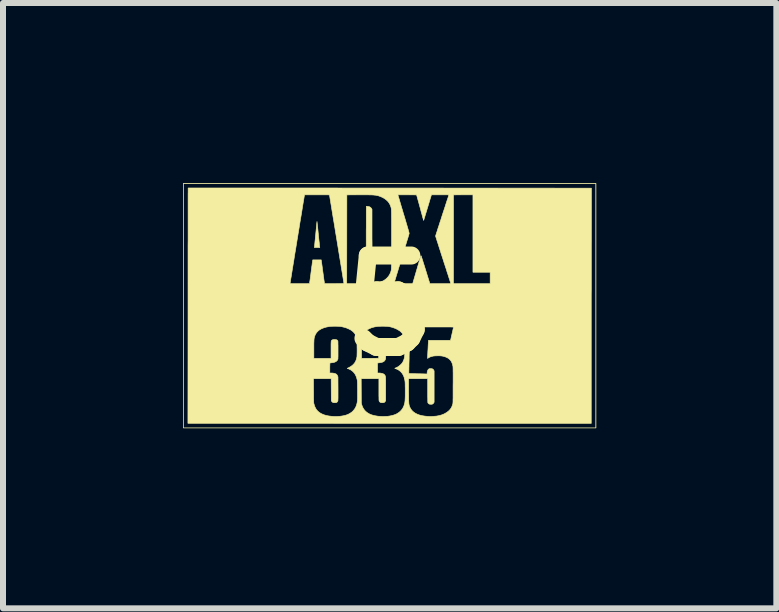
<source format=kicad_pcb>
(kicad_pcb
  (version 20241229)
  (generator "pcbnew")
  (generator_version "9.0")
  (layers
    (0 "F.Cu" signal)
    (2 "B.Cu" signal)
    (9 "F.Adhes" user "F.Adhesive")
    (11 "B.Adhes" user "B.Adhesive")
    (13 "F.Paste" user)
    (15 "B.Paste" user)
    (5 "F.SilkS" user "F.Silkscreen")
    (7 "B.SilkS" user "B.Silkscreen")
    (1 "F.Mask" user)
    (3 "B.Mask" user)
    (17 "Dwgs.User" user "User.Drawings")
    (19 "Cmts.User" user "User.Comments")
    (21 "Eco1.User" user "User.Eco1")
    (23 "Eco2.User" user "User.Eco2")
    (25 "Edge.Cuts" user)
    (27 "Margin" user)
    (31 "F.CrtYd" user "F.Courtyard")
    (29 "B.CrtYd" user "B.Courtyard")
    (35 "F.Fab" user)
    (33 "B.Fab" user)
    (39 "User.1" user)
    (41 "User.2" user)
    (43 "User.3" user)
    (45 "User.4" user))
  (footprint "5"
    (layer "F.Cu")
    (at 3.441 2.042)
    (property "Reference" "5" (at 0 0 0) (layer "F.SilkS") (effects (font (size 1.524 1.524) (thickness 0.3))))
    (attr through_hole)
    (fp_poly (pts (xy 3.439 2.039) (xy -3.436 2.039) (xy -3.436 -2.034) (xy -3.434 -2.034) (xy -3.434 2.037) (xy 3.436 2.037) (xy 3.436 -2.034) (xy -3.434 -2.034) (xy -3.436 -2.034) (xy -3.436 -2.037) (xy 3.439 -2.037) (xy 3.439 2.039)) (stroke (width 0.01) (type solid)) (fill yes) (layer "F.SilkS"))
    (fp_poly (pts (xy -1.209 -1.398) (xy -1.208 -1.391) (xy -1.207 -1.379) (xy -1.205 -1.364) (xy -1.203 -1.345) (xy -1.201 -1.323) (xy -1.198 -1.298) (xy -1.195 -1.27) (xy -1.192 -1.241) (xy -1.189 -1.209) (xy -1.187 -1.193) (xy -1.184 -1.161) (xy -1.181 -1.13) (xy -1.178 -1.101) (xy -1.175 -1.074) (xy -1.172 -1.05) (xy -1.17 -1.028) (xy -1.168 -1.01) (xy -1.167 -0.995) (xy -1.165 -0.984) (xy -1.165 -0.978) (xy -1.165 -0.977) (xy -1.163 -0.968) (xy -1.253 -0.968) (xy -1.251 -0.98) (xy -1.251 -0.984) (xy -1.25 -0.993) (xy -1.249 -1.006) (xy -1.247 -1.023) (xy -1.245 -1.044) (xy -1.243 -1.068) (xy -1.24 -1.094) (xy -1.237 -1.122) (xy -1.235 -1.152) (xy -1.231 -1.184) (xy -1.23 -1.197) (xy -1.227 -1.228) (xy -1.224 -1.259) (xy -1.221 -1.287) (xy -1.219 -1.313) (xy -1.216 -1.336) (xy -1.214 -1.357) (xy -1.213 -1.373) (xy -1.211 -1.387) (xy -1.21 -1.396) (xy -1.21 -1.4) (xy -1.209 -1.401) (xy -1.209 -1.398)) (stroke (width 0.01) (type solid)) (fill yes) (layer "F.SilkS"))
    (fp_poly (pts (xy -0.375 -1.654) (xy -0.365 -1.653) (xy -0.354 -1.651) (xy -0.344 -1.649) (xy -0.336 -1.647) (xy -0.333 -1.646) (xy -0.317 -1.636) (xy -0.304 -1.623) (xy -0.299 -1.614) (xy -0.293 -1.604) (xy -0.293 -1.114) (xy -0.292 -1.049) (xy -0.292 -0.99) (xy -0.292 -0.935) (xy -0.292 -0.885) (xy -0.292 -0.84) (xy -0.292 -0.799) (xy -0.293 -0.762) (xy -0.293 -0.73) (xy -0.293 -0.702) (xy -0.293 -0.678) (xy -0.293 -0.658) (xy -0.293 -0.641) (xy -0.294 -0.628) (xy -0.294 -0.619) (xy -0.294 -0.613) (xy -0.295 -0.61) (xy -0.3 -0.595) (xy -0.311 -0.581) (xy -0.324 -0.57) (xy -0.341 -0.562) (xy -0.36 -0.557) (xy -0.377 -0.556) (xy -0.389 -0.556) (xy -0.389 -1.105) (xy -0.389 -1.157) (xy -0.389 -1.208) (xy -0.389 -1.258) (xy -0.388 -1.305) (xy -0.388 -1.351) (xy -0.388 -1.394) (xy -0.388 -1.435) (xy -0.388 -1.473) (xy -0.388 -1.508) (xy -0.388 -1.54) (xy -0.388 -1.569) (xy -0.388 -1.593) (xy -0.387 -1.614) (xy -0.387 -1.631) (xy -0.387 -1.644) (xy -0.387 -1.651) (xy -0.387 -1.654) (xy -0.387 -1.654) (xy -0.382 -1.655) (xy -0.375 -1.654)) (stroke (width 0.01) (type solid)) (fill yes) (layer "F.SilkS"))
    (fp_poly (pts (xy -3.069 -1.96) (xy -3.017 -1.96) (xy -2.961 -1.96) (xy -2.901 -1.96) (xy -2.837 -1.96) (xy -2.77 -1.96) (xy -2.698 -1.96) (xy -2.624 -1.96) (xy -2.546 -1.96) (xy -2.465 -1.96) (xy -2.38 -1.96) (xy -2.293 -1.96) (xy -2.202 -1.96) (xy -2.108 -1.96) (xy -2.012 -1.96) (xy -1.913 -1.96) (xy -1.811 -1.96) (xy -1.707 -1.96) (xy -1.6 -1.96) (xy -1.491 -1.96) (xy -1.379 -1.96) (xy -1.266 -1.96) (xy -1.15 -1.96) (xy -1.032 -1.96) (xy -0.913 -1.96) (xy -0.791 -1.959) (xy -0.668 -1.959) (xy -0.543 -1.959) (xy -0.417 -1.959) (xy -0.289 -1.959) (xy -0.16 -1.959) (xy -0.03 -1.959) (xy 0.004 -1.959) (xy 3.363 -1.957) (xy 3.362 -1.192) (xy 3.362 -1.135) (xy 3.362 -1.074) (xy 3.361 -1.008) (xy 3.361 -0.938) (xy 3.361 -0.864) (xy 3.361 -0.787) (xy 3.361 -0.707) (xy 3.361 -0.624) (xy 3.361 -0.538) (xy 3.361 -0.45) (xy 3.361 -0.361) (xy 3.361 -0.269) (xy 3.36 -0.177) (xy 3.36 -0.084) (xy 3.36 0.01) (xy 3.36 0.104) (xy 3.36 0.198) (xy 3.36 0.291) (xy 3.36 0.384) (xy 3.36 0.475) (xy 3.36 0.565) (xy 3.36 0.654) (xy 3.36 0.74) (xy 3.36 1.963) (xy 1.881 1.963) (xy 1.794 1.963) (xy 1.702 1.963) (xy 1.605 1.962) (xy 1.504 1.962) (xy 1.399 1.962) (xy 1.291 1.962) (xy 1.179 1.962) (xy 1.065 1.962) (xy 0.947 1.962) (xy 0.828 1.962) (xy 0.706 1.962) (xy 0.582 1.962) (xy 0.457 1.962) (xy 0.331 1.962) (xy 0.203 1.962) (xy 0.075 1.962) (xy -0.053 1.962) (xy -0.181 1.962) (xy -0.309 1.962) (xy -0.436 1.962) (xy -0.563 1.962) (xy -0.688 1.962) (xy -0.812 1.962) (xy -0.934 1.962) (xy -1.054 1.961) (xy -1.172 1.961) (xy -1.287 1.961) (xy -1.399 1.961) (xy -1.479 1.961) (xy -3.36 1.961) (xy -3.359 1.217) (xy -1.268 1.217) (xy -1.267 1.415) (xy -1.266 1.452) (xy -1.266 1.484) (xy -1.266 1.511) (xy -1.266 1.535) (xy -1.266 1.555) (xy -1.265 1.572) (xy -1.265 1.586) (xy -1.265 1.597) (xy -1.264 1.606) (xy -1.264 1.614) (xy -1.263 1.62) (xy -1.263 1.625) (xy -1.262 1.63) (xy -1.261 1.634) (xy -1.26 1.637) (xy -1.25 1.672) (xy -1.236 1.703) (xy -1.219 1.732) (xy -1.197 1.757) (xy -1.172 1.779) (xy -1.143 1.797) (xy -1.109 1.813) (xy -1.084 1.822) (xy -1.049 1.832) (xy -1.01 1.839) (xy -0.969 1.844) (xy -0.926 1.847) (xy -0.882 1.847) (xy -0.838 1.845) (xy -0.811 1.842) (xy -0.767 1.835) (xy -0.727 1.825) (xy -0.69 1.811) (xy -0.657 1.793) (xy -0.628 1.773) (xy -0.603 1.749) (xy -0.582 1.722) (xy -0.564 1.692) (xy -0.551 1.658) (xy -0.541 1.621) (xy -0.536 1.588) (xy -0.535 1.58) (xy -0.535 1.567) (xy -0.534 1.55) (xy -0.534 1.529) (xy -0.534 1.504) (xy -0.534 1.473) (xy -0.534 1.438) (xy -0.534 1.411) (xy -0.534 1.379) (xy -0.535 1.352) (xy -0.535 1.329) (xy -0.535 1.309) (xy -0.535 1.293) (xy -0.536 1.28) (xy -0.536 1.269) (xy -0.537 1.26) (xy -0.537 1.253) (xy -0.538 1.247) (xy -0.539 1.242) (xy -0.54 1.236) (xy -0.54 1.234) (xy -0.545 1.217) (xy -0.473 1.217) (xy -0.472 1.42) (xy -0.471 1.624) (xy -0.464 1.65) (xy -0.453 1.683) (xy -0.437 1.714) (xy -0.418 1.741) (xy -0.395 1.765) (xy -0.368 1.786) (xy -0.337 1.804) (xy -0.302 1.819) (xy -0.264 1.83) (xy -0.23 1.837) (xy -0.191 1.843) (xy -0.15 1.846) (xy -0.108 1.847) (xy -0.066 1.846) (xy -0.03 1.844) (xy 0.004 1.839) (xy 0.038 1.832) (xy 0.07 1.823) (xy 0.099 1.813) (xy 0.115 1.805) (xy 0.145 1.787) (xy 0.173 1.766) (xy 0.197 1.741) (xy 0.217 1.714) (xy 0.233 1.684) (xy 0.239 1.669) (xy 0.243 1.655) (xy 0.247 1.642) (xy 0.251 1.628) (xy 0.254 1.613) (xy 0.256 1.597) (xy 0.258 1.579) (xy 0.259 1.559) (xy 0.26 1.536) (xy 0.261 1.51) (xy 0.261 1.48) (xy 0.261 1.447) (xy 0.261 1.408) (xy 0.261 1.397) (xy 0.261 1.368) (xy 0.26 1.344) (xy 0.26 1.323) (xy 0.26 1.306) (xy 0.259 1.293) (xy 0.259 1.281) (xy 0.258 1.271) (xy 0.257 1.263) (xy 0.256 1.256) (xy 0.255 1.248) (xy 0.254 1.244) (xy 0.248 1.217) (xy 0.317 1.217) (xy 0.317 1.411) (xy 0.317 1.452) (xy 0.318 1.487) (xy 0.318 1.519) (xy 0.318 1.546) (xy 0.318 1.57) (xy 0.319 1.59) (xy 0.32 1.608) (xy 0.321 1.623) (xy 0.322 1.636) (xy 0.324 1.648) (xy 0.326 1.657) (xy 0.328 1.666) (xy 0.331 1.675) (xy 0.334 1.683) (xy 0.337 1.691) (xy 0.342 1.7) (xy 0.343 1.703) (xy 0.359 1.73) (xy 0.38 1.755) (xy 0.404 1.776) (xy 0.433 1.795) (xy 0.466 1.811) (xy 0.502 1.824) (xy 0.543 1.834) (xy 0.588 1.841) (xy 0.636 1.846) (xy 0.646 1.846) (xy 0.661 1.847) (xy 0.674 1.847) (xy 0.685 1.847) (xy 0.692 1.847) (xy 0.695 1.847) (xy 0.7 1.847) (xy 0.709 1.846) (xy 0.721 1.846) (xy 0.733 1.845) (xy 0.781 1.841) (xy 0.826 1.833) (xy 0.868 1.821) (xy 0.908 1.805) (xy 0.945 1.784) (xy 0.955 1.778) (xy 0.982 1.757) (xy 1.005 1.734) (xy 1.024 1.709) (xy 1.039 1.68) (xy 1.05 1.648) (xy 1.052 1.643) (xy 1.053 1.639) (xy 1.054 1.636) (xy 1.054 1.633) (xy 1.055 1.629) (xy 1.055 1.624) (xy 1.056 1.618) (xy 1.056 1.611) (xy 1.057 1.602) (xy 1.057 1.591) (xy 1.057 1.577) (xy 1.057 1.561) (xy 1.058 1.543) (xy 1.058 1.521) (xy 1.058 1.495) (xy 1.058 1.466) (xy 1.058 1.433) (xy 1.058 1.395) (xy 1.058 1.353) (xy 1.058 1.331) (xy 1.059 1.279) (xy 1.059 1.232) (xy 1.059 1.19) (xy 1.059 1.153) (xy 1.059 1.12) (xy 1.058 1.092) (xy 1.058 1.069) (xy 1.058 1.05) (xy 1.057 1.035) (xy 1.057 1.025) (xy 1.057 1.019) (xy 1.057 1.018) (xy 1.05 0.985) (xy 1.04 0.955) (xy 1.027 0.928) (xy 1.009 0.905) (xy 0.988 0.885) (xy 0.963 0.869) (xy 0.934 0.856) (xy 0.902 0.846) (xy 0.881 0.841) (xy 0.859 0.838) (xy 0.835 0.836) (xy 0.807 0.836) (xy 0.8 0.836) (xy 0.764 0.837) (xy 0.732 0.84) (xy 0.704 0.846) (xy 0.68 0.854) (xy 0.658 0.864) (xy 0.644 0.873) (xy 0.638 0.877) (xy 0.634 0.879) (xy 0.632 0.879) (xy 0.633 0.875) (xy 0.633 0.867) (xy 0.633 0.855) (xy 0.634 0.839) (xy 0.635 0.821) (xy 0.636 0.8) (xy 0.637 0.778) (xy 0.638 0.755) (xy 0.64 0.732) (xy 0.641 0.709) (xy 0.642 0.686) (xy 0.643 0.665) (xy 0.644 0.646) (xy 0.645 0.629) (xy 0.646 0.616) (xy 0.646 0.606) (xy 0.647 0.6) (xy 0.647 0.6) (xy 0.648 0.579) (xy 0.832 0.579) (xy 0.862 0.579) (xy 0.891 0.579) (xy 0.917 0.579) (xy 0.941 0.579) (xy 0.963 0.579) (xy 0.981 0.579) (xy 0.996 0.579) (xy 1.007 0.578) (xy 1.014 0.578) (xy 1.016 0.578) (xy 1.016 0.576) (xy 1.018 0.569) (xy 1.02 0.558) (xy 1.024 0.544) (xy 1.027 0.528) (xy 1.031 0.509) (xy 1.036 0.49) (xy 1.04 0.47) (xy 1.045 0.45) (xy 1.049 0.43) (xy 1.054 0.412) (xy 1.057 0.395) (xy 1.061 0.381) (xy 1.063 0.37) (xy 1.065 0.363) (xy 1.066 0.36) (xy 1.066 0.359) (xy 1.065 0.359) (xy 1.064 0.358) (xy 1.061 0.358) (xy 1.058 0.358) (xy 1.053 0.357) (xy 1.046 0.357) (xy 1.037 0.357) (xy 1.026 0.356) (xy 1.012 0.356) (xy 0.995 0.356) (xy 0.976 0.356) (xy 0.953 0.356) (xy 0.927 0.356) (xy 0.898 0.356) (xy 0.864 0.356) (xy 0.826 0.356) (xy 0.784 0.356) (xy 0.737 0.356) (xy 0.703 0.356) (xy 0.338 0.356) (xy 0.337 0.407) (xy 0.336 0.418) (xy 0.336 0.434) (xy 0.335 0.453) (xy 0.335 0.475) (xy 0.334 0.5) (xy 0.334 0.529) (xy 0.333 0.559) (xy 0.332 0.592) (xy 0.331 0.626) (xy 0.33 0.661) (xy 0.33 0.698) (xy 0.329 0.735) (xy 0.328 0.772) (xy 0.327 0.809) (xy 0.326 0.846) (xy 0.326 0.882) (xy 0.325 0.917) (xy 0.324 0.951) (xy 0.323 0.983) (xy 0.323 1.012) (xy 0.322 1.04) (xy 0.322 1.064) (xy 0.321 1.085) (xy 0.321 1.103) (xy 0.321 1.116) (xy 0.321 1.126) (xy 0.321 1.131) (xy 0.321 1.131) (xy 0.323 1.132) (xy 0.33 1.132) (xy 0.342 1.132) (xy 0.357 1.133) (xy 0.375 1.133) (xy 0.396 1.134) (xy 0.42 1.134) (xy 0.445 1.135) (xy 0.461 1.135) (xy 0.488 1.136) (xy 0.513 1.136) (xy 0.537 1.137) (xy 0.558 1.137) (xy 0.577 1.138) (xy 0.592 1.138) (xy 0.603 1.139) (xy 0.611 1.139) (xy 0.613 1.139) (xy 0.625 1.141) (xy 0.625 1.13) (xy 0.626 1.117) (xy 0.628 1.103) (xy 0.632 1.089) (xy 0.636 1.077) (xy 0.637 1.075) (xy 0.643 1.066) (xy 0.65 1.059) (xy 0.652 1.057) (xy 0.657 1.054) (xy 0.661 1.052) (xy 0.667 1.051) (xy 0.676 1.05) (xy 0.684 1.05) (xy 0.701 1.051) (xy 0.714 1.054) (xy 0.723 1.059) (xy 0.731 1.068) (xy 0.735 1.075) (xy 0.742 1.088) (xy 0.742 1.609) (xy 0.736 1.62) (xy 0.728 1.631) (xy 0.718 1.639) (xy 0.705 1.643) (xy 0.69 1.644) (xy 0.679 1.643) (xy 0.669 1.642) (xy 0.663 1.641) (xy 0.652 1.635) (xy 0.643 1.626) (xy 0.637 1.615) (xy 0.637 1.611) (xy 0.637 1.602) (xy 0.636 1.588) (xy 0.636 1.57) (xy 0.636 1.548) (xy 0.635 1.522) (xy 0.635 1.492) (xy 0.635 1.459) (xy 0.635 1.423) (xy 0.635 1.411) (xy 0.635 1.217) (xy 0.317 1.217) (xy 0.248 1.217) (xy 0.246 1.207) (xy 0.235 1.174) (xy 0.22 1.145) (xy 0.203 1.12) (xy 0.181 1.097) (xy 0.157 1.078) (xy 0.131 1.063) (xy 0.12 1.058) (xy 0.109 1.054) (xy 0.1 1.05) (xy 0.092 1.048) (xy 0.088 1.046) (xy 0.087 1.045) (xy 0.089 1.044) (xy 0.095 1.041) (xy 0.104 1.037) (xy 0.109 1.035) (xy 0.139 1.02) (xy 0.167 1) (xy 0.192 0.977) (xy 0.192 0.977) (xy 0.204 0.964) (xy 0.212 0.953) (xy 0.22 0.941) (xy 0.226 0.929) (xy 0.231 0.917) (xy 0.236 0.904) (xy 0.241 0.892) (xy 0.244 0.879) (xy 0.247 0.865) (xy 0.249 0.849) (xy 0.251 0.83) (xy 0.252 0.81) (xy 0.253 0.786) (xy 0.254 0.759) (xy 0.254 0.728) (xy 0.253 0.692) (xy 0.253 0.678) (xy 0.253 0.651) (xy 0.253 0.628) (xy 0.252 0.609) (xy 0.252 0.594) (xy 0.251 0.582) (xy 0.251 0.571) (xy 0.25 0.563) (xy 0.249 0.556) (xy 0.248 0.55) (xy 0.247 0.545) (xy 0.238 0.514) (xy 0.226 0.487) (xy 0.211 0.462) (xy 0.193 0.442) (xy 0.173 0.424) (xy 0.148 0.408) (xy 0.12 0.392) (xy 0.089 0.378) (xy 0.056 0.366) (xy 0.029 0.358) (xy 0.012 0.354) (xy -0.003 0.351) (xy -0.017 0.349) (xy -0.032 0.347) (xy -0.049 0.346) (xy -0.068 0.345) (xy -0.089 0.344) (xy -0.112 0.344) (xy -0.138 0.344) (xy -0.16 0.345) (xy -0.179 0.345) (xy -0.196 0.347) (xy -0.211 0.348) (xy -0.227 0.351) (xy -0.244 0.354) (xy -0.259 0.357) (xy -0.298 0.368) (xy -0.333 0.382) (xy -0.364 0.398) (xy -0.392 0.418) (xy -0.415 0.441) (xy -0.433 0.466) (xy -0.448 0.495) (xy -0.459 0.527) (xy -0.464 0.548) (xy -0.464 0.553) (xy -0.465 0.56) (xy -0.466 0.569) (xy -0.466 0.579) (xy -0.466 0.592) (xy -0.467 0.608) (xy -0.467 0.627) (xy -0.467 0.65) (xy -0.467 0.677) (xy -0.467 0.708) (xy -0.467 0.724) (xy -0.467 0.879) (xy -0.324 0.878) (xy -0.182 0.877) (xy -0.18 0.734) (xy -0.18 0.703) (xy -0.18 0.677) (xy -0.18 0.655) (xy -0.179 0.637) (xy -0.179 0.623) (xy -0.179 0.611) (xy -0.178 0.603) (xy -0.178 0.596) (xy -0.177 0.591) (xy -0.176 0.588) (xy -0.176 0.586) (xy -0.175 0.584) (xy -0.174 0.582) (xy -0.166 0.574) (xy -0.157 0.569) (xy -0.145 0.566) (xy -0.13 0.564) (xy -0.13 0.564) (xy -0.109 0.565) (xy -0.093 0.568) (xy -0.08 0.574) (xy -0.072 0.583) (xy -0.067 0.596) (xy -0.066 0.597) (xy -0.066 0.603) (xy -0.065 0.613) (xy -0.065 0.626) (xy -0.064 0.644) (xy -0.064 0.663) (xy -0.064 0.685) (xy -0.064 0.708) (xy -0.063 0.732) (xy -0.064 0.756) (xy -0.064 0.78) (xy -0.064 0.803) (xy -0.064 0.824) (xy -0.064 0.843) (xy -0.065 0.859) (xy -0.065 0.871) (xy -0.066 0.879) (xy -0.066 0.881) (xy -0.071 0.899) (xy -0.079 0.914) (xy -0.09 0.926) (xy -0.105 0.936) (xy -0.124 0.944) (xy -0.147 0.949) (xy -0.175 0.953) (xy -0.181 0.954) (xy -0.201 0.955) (xy -0.201 1.123) (xy -0.182 1.123) (xy -0.166 1.123) (xy -0.149 1.125) (xy -0.132 1.128) (xy -0.117 1.132) (xy -0.108 1.135) (xy -0.093 1.143) (xy -0.081 1.155) (xy -0.076 1.163) (xy -0.074 1.167) (xy -0.072 1.171) (xy -0.071 1.176) (xy -0.07 1.181) (xy -0.068 1.187) (xy -0.067 1.194) (xy -0.067 1.203) (xy -0.066 1.214) (xy -0.066 1.228) (xy -0.065 1.244) (xy -0.065 1.264) (xy -0.065 1.287) (xy -0.065 1.314) (xy -0.065 1.345) (xy -0.065 1.381) (xy -0.065 1.581) (xy -0.071 1.594) (xy -0.079 1.605) (xy -0.089 1.613) (xy -0.103 1.617) (xy -0.12 1.618) (xy -0.138 1.617) (xy -0.153 1.613) (xy -0.163 1.605) (xy -0.172 1.594) (xy -0.173 1.591) (xy -0.174 1.589) (xy -0.175 1.586) (xy -0.175 1.583) (xy -0.176 1.578) (xy -0.176 1.572) (xy -0.177 1.564) (xy -0.177 1.554) (xy -0.177 1.541) (xy -0.177 1.526) (xy -0.178 1.506) (xy -0.178 1.484) (xy -0.178 1.457) (xy -0.178 1.425) (xy -0.178 1.399) (xy -0.178 1.217) (xy -0.473 1.217) (xy -0.545 1.217) (xy -0.55 1.198) (xy -0.563 1.165) (xy -0.579 1.136) (xy -0.599 1.111) (xy -0.622 1.089) (xy -0.648 1.071) (xy -0.678 1.056) (xy -0.685 1.053) (xy -0.706 1.045) (xy -0.681 1.034) (xy -0.649 1.016) (xy -0.621 0.996) (xy -0.598 0.974) (xy -0.578 0.949) (xy -0.563 0.921) (xy -0.552 0.89) (xy -0.544 0.855) (xy -0.543 0.848) (xy -0.543 0.839) (xy -0.542 0.826) (xy -0.542 0.807) (xy -0.541 0.783) (xy -0.541 0.754) (xy -0.541 0.721) (xy -0.542 0.692) (xy -0.542 0.66) (xy -0.542 0.633) (xy -0.542 0.61) (xy -0.543 0.59) (xy -0.544 0.573) (xy -0.545 0.56) (xy -0.546 0.548) (xy -0.548 0.538) (xy -0.55 0.529) (xy -0.552 0.52) (xy -0.555 0.512) (xy -0.559 0.504) (xy -0.563 0.495) (xy -0.565 0.491) (xy -0.58 0.467) (xy -0.599 0.444) (xy -0.622 0.423) (xy -0.65 0.404) (xy -0.682 0.388) (xy -0.717 0.373) (xy -0.756 0.361) (xy -0.798 0.351) (xy -0.811 0.349) (xy -0.825 0.347) (xy -0.842 0.346) (xy -0.863 0.345) (xy -0.886 0.344) (xy -0.91 0.344) (xy -0.934 0.344) (xy -0.957 0.345) (xy -0.978 0.346) (xy -0.996 0.347) (xy -1.008 0.349) (xy -1.051 0.357) (xy -1.09 0.368) (xy -1.124 0.381) (xy -1.154 0.396) (xy -1.181 0.414) (xy -1.203 0.435) (xy -1.222 0.458) (xy -1.237 0.484) (xy -1.243 0.498) (xy -1.247 0.508) (xy -1.25 0.517) (xy -1.252 0.526) (xy -1.255 0.536) (xy -1.257 0.547) (xy -1.258 0.559) (xy -1.26 0.573) (xy -1.26 0.589) (xy -1.261 0.608) (xy -1.262 0.63) (xy -1.262 0.656) (xy -1.262 0.685) (xy -1.262 0.719) (xy -1.262 0.735) (xy -1.262 0.879) (xy -0.975 0.879) (xy -0.975 0.739) (xy -0.975 0.707) (xy -0.975 0.68) (xy -0.975 0.657) (xy -0.975 0.638) (xy -0.974 0.622) (xy -0.974 0.61) (xy -0.973 0.6) (xy -0.972 0.592) (xy -0.97 0.587) (xy -0.968 0.582) (xy -0.966 0.579) (xy -0.963 0.577) (xy -0.959 0.574) (xy -0.955 0.572) (xy -0.949 0.569) (xy -0.944 0.567) (xy -0.938 0.566) (xy -0.929 0.565) (xy -0.917 0.565) (xy -0.917 0.565) (xy -0.9 0.566) (xy -0.887 0.568) (xy -0.877 0.572) (xy -0.869 0.578) (xy -0.865 0.583) (xy -0.864 0.584) (xy -0.863 0.586) (xy -0.862 0.589) (xy -0.861 0.592) (xy -0.861 0.597) (xy -0.86 0.604) (xy -0.86 0.614) (xy -0.86 0.626) (xy -0.86 0.641) (xy -0.859 0.66) (xy -0.859 0.682) (xy -0.859 0.709) (xy -0.859 0.736) (xy -0.859 0.77) (xy -0.859 0.8) (xy -0.859 0.826) (xy -0.859 0.848) (xy -0.86 0.866) (xy -0.86 0.879) (xy -0.86 0.888) (xy -0.861 0.891) (xy -0.868 0.907) (xy -0.879 0.921) (xy -0.895 0.933) (xy -0.914 0.942) (xy -0.92 0.944) (xy -0.929 0.947) (xy -0.942 0.949) (xy -0.957 0.951) (xy -0.971 0.953) (xy -0.984 0.955) (xy -0.992 0.955) (xy -0.993 0.956) (xy -0.994 0.958) (xy -0.994 0.963) (xy -0.995 0.97) (xy -0.995 0.98) (xy -0.995 0.994) (xy -0.996 1.012) (xy -0.996 1.035) (xy -0.996 1.039) (xy -0.996 1.123) (xy -0.976 1.123) (xy -0.959 1.123) (xy -0.941 1.125) (xy -0.923 1.128) (xy -0.908 1.132) (xy -0.899 1.136) (xy -0.886 1.143) (xy -0.875 1.155) (xy -0.867 1.17) (xy -0.866 1.173) (xy -0.86 1.187) (xy -0.859 1.381) (xy -0.859 1.423) (xy -0.859 1.46) (xy -0.859 1.492) (xy -0.859 1.519) (xy -0.859 1.542) (xy -0.86 1.559) (xy -0.86 1.572) (xy -0.86 1.581) (xy -0.861 1.585) (xy -0.866 1.596) (xy -0.874 1.607) (xy -0.884 1.614) (xy -0.888 1.615) (xy -0.896 1.617) (xy -0.906 1.618) (xy -0.916 1.618) (xy -0.933 1.617) (xy -0.947 1.612) (xy -0.957 1.605) (xy -0.965 1.595) (xy -0.971 1.584) (xy -0.972 1.4) (xy -0.973 1.217) (xy -1.268 1.217) (xy -3.359 1.217) (xy -3.358 0.001) (xy -3.358 -0.099) (xy -3.358 -0.197) (xy -3.358 -0.294) (xy -3.358 -0.367) (xy -1.658 -0.367) (xy -1.656 -0.367) (xy -1.649 -0.367) (xy -1.638 -0.367) (xy -1.622 -0.366) (xy -1.604 -0.366) (xy -1.582 -0.366) (xy -1.558 -0.366) (xy -1.532 -0.366) (xy -1.504 -0.366) (xy -1.496 -0.366) (xy -0.714 -0.366) (xy -0.492 -0.366) (xy -0.451 -0.366) (xy -0.415 -0.366) (xy -0.384 -0.366) (xy -0.357 -0.366) (xy -0.333 -0.366) (xy -0.313 -0.366) (xy -0.296 -0.367) (xy -0.282 -0.367) (xy -0.27 -0.367) (xy -0.26 -0.368) (xy -0.254 -0.368) (xy 0.074 -0.368) (xy 0.076 -0.368) (xy 0.084 -0.367) (xy 0.096 -0.367) (xy 0.113 -0.366) (xy 0.135 -0.366) (xy 0.161 -0.366) (xy 0.192 -0.366) (xy 0.227 -0.366) (xy 0.229 -0.366) (xy 0.385 -0.366) (xy 0.452 -0.595) (xy 0.462 -0.628) (xy 0.471 -0.66) (xy 0.48 -0.69) (xy 0.488 -0.718) (xy 0.496 -0.744) (xy 0.503 -0.768) (xy 0.509 -0.788) (xy 0.514 -0.805) (xy 0.517 -0.818) (xy 0.52 -0.826) (xy 0.522 -0.831) (xy 0.522 -0.831) (xy 0.522 -0.832) (xy 0.523 -0.832) (xy 0.524 -0.83) (xy 0.526 -0.827) (xy 0.528 -0.822) (xy 0.531 -0.815) (xy 0.534 -0.805) (xy 0.538 -0.792) (xy 0.543 -0.777) (xy 0.549 -0.758) (xy 0.556 -0.736) (xy 0.564 -0.709) (xy 0.574 -0.679) (xy 0.585 -0.644) (xy 0.593 -0.618) (xy 0.603 -0.585) (xy 0.613 -0.554) (xy 0.622 -0.524) (xy 0.631 -0.495) (xy 0.639 -0.469) (xy 0.646 -0.446) (xy 0.652 -0.426) (xy 0.658 -0.409) (xy 0.662 -0.395) (xy 0.665 -0.386) (xy 0.666 -0.382) (xy 0.671 -0.366) (xy 0.846 -0.366) (xy 1.064 -0.366) (xy 1.676 -0.366) (xy 1.676 -0.556) (xy 1.389 -0.556) (xy 1.389 -1.846) (xy 1.227 -1.846) (xy 1.065 -1.845) (xy 1.064 -0.366) (xy 0.846 -0.366) (xy 0.875 -0.366) (xy 0.903 -0.366) (xy 0.929 -0.366) (xy 0.952 -0.366) (xy 0.973 -0.366) (xy 0.991 -0.366) (xy 1.004 -0.366) (xy 1.014 -0.366) (xy 1.02 -0.367) (xy 1.021 -0.367) (xy 1.02 -0.369) (xy 1.018 -0.376) (xy 1.014 -0.388) (xy 1.009 -0.403) (xy 1.003 -0.422) (xy 0.996 -0.445) (xy 0.987 -0.471) (xy 0.978 -0.5) (xy 0.968 -0.532) (xy 0.956 -0.567) (xy 0.945 -0.604) (xy 0.932 -0.643) (xy 0.919 -0.683) (xy 0.905 -0.725) (xy 0.894 -0.761) (xy 0.88 -0.804) (xy 0.866 -0.846) (xy 0.853 -0.887) (xy 0.841 -0.925) (xy 0.829 -0.962) (xy 0.818 -0.996) (xy 0.808 -1.028) (xy 0.799 -1.057) (xy 0.79 -1.083) (xy 0.783 -1.106) (xy 0.777 -1.125) (xy 0.772 -1.14) (xy 0.769 -1.151) (xy 0.767 -1.157) (xy 0.767 -1.159) (xy 0.767 -1.162) (xy 0.77 -1.17) (xy 0.773 -1.182) (xy 0.778 -1.197) (xy 0.784 -1.217) (xy 0.792 -1.24) (xy 0.8 -1.266) (xy 0.809 -1.295) (xy 0.82 -1.327) (xy 0.831 -1.361) (xy 0.842 -1.396) (xy 0.855 -1.434) (xy 0.867 -1.473) (xy 0.877 -1.504) (xy 0.89 -1.544) (xy 0.903 -1.583) (xy 0.915 -1.62) (xy 0.927 -1.655) (xy 0.937 -1.688) (xy 0.947 -1.719) (xy 0.956 -1.747) (xy 0.965 -1.772) (xy 0.972 -1.794) (xy 0.978 -1.812) (xy 0.982 -1.827) (xy 0.986 -1.837) (xy 0.988 -1.843) (xy 0.988 -1.845) (xy 0.985 -1.845) (xy 0.978 -1.845) (xy 0.967 -1.846) (xy 0.952 -1.846) (xy 0.934 -1.846) (xy 0.913 -1.846) (xy 0.889 -1.846) (xy 0.864 -1.846) (xy 0.843 -1.846) (xy 0.698 -1.846) (xy 0.696 -1.841) (xy 0.695 -1.837) (xy 0.692 -1.83) (xy 0.689 -1.818) (xy 0.684 -1.802) (xy 0.678 -1.783) (xy 0.671 -1.761) (xy 0.664 -1.736) (xy 0.656 -1.709) (xy 0.647 -1.68) (xy 0.638 -1.65) (xy 0.631 -1.628) (xy 0.622 -1.597) (xy 0.613 -1.567) (xy 0.604 -1.539) (xy 0.596 -1.513) (xy 0.589 -1.489) (xy 0.583 -1.469) (xy 0.577 -1.451) (xy 0.573 -1.437) (xy 0.57 -1.427) (xy 0.568 -1.422) (xy 0.568 -1.42) (xy 0.567 -1.42) (xy 0.567 -1.42) (xy 0.567 -1.42) (xy 0.566 -1.422) (xy 0.565 -1.424) (xy 0.564 -1.428) (xy 0.563 -1.434) (xy 0.561 -1.441) (xy 0.558 -1.451) (xy 0.554 -1.463) (xy 0.55 -1.479) (xy 0.545 -1.497) (xy 0.539 -1.519) (xy 0.532 -1.545) (xy 0.524 -1.574) (xy 0.515 -1.608) (xy 0.506 -1.642) (xy 0.45 -1.845) (xy 0.295 -1.846) (xy 0.139 -1.846) (xy 0.14 -1.839) (xy 0.141 -1.836) (xy 0.144 -1.828) (xy 0.147 -1.816) (xy 0.152 -1.8) (xy 0.158 -1.78) (xy 0.165 -1.757) (xy 0.172 -1.731) (xy 0.181 -1.702) (xy 0.19 -1.67) (xy 0.2 -1.637) (xy 0.211 -1.601) (xy 0.222 -1.564) (xy 0.233 -1.525) (xy 0.235 -1.52) (xy 0.249 -1.475) (xy 0.261 -1.434) (xy 0.272 -1.397) (xy 0.281 -1.365) (xy 0.29 -1.336) (xy 0.297 -1.311) (xy 0.303 -1.29) (xy 0.309 -1.271) (xy 0.313 -1.256) (xy 0.317 -1.242) (xy 0.32 -1.232) (xy 0.322 -1.223) (xy 0.324 -1.216) (xy 0.325 -1.21) (xy 0.326 -1.206) (xy 0.326 -1.203) (xy 0.326 -1.2) (xy 0.326 -1.198) (xy 0.325 -1.197) (xy 0.324 -1.193) (xy 0.322 -1.185) (xy 0.318 -1.172) (xy 0.313 -1.156) (xy 0.307 -1.135) (xy 0.3 -1.111) (xy 0.291 -1.084) (xy 0.282 -1.054) (xy 0.272 -1.021) (xy 0.261 -0.985) (xy 0.25 -0.947) (xy 0.238 -0.907) (xy 0.225 -0.866) (xy 0.212 -0.823) (xy 0.198 -0.779) (xy 0.198 -0.778) (xy 0.185 -0.734) (xy 0.172 -0.691) (xy 0.159 -0.65) (xy 0.147 -0.611) (xy 0.136 -0.573) (xy 0.125 -0.538) (xy 0.115 -0.506) (xy 0.106 -0.476) (xy 0.098 -0.449) (xy 0.091 -0.426) (xy 0.085 -0.406) (xy 0.08 -0.39) (xy 0.077 -0.379) (xy 0.074 -0.371) (xy 0.074 -0.368) (xy 0.074 -0.368) (xy -0.254 -0.368) (xy -0.252 -0.368) (xy -0.245 -0.369) (xy -0.241 -0.37) (xy -0.2 -0.377) (xy -0.162 -0.388) (xy -0.126 -0.403) (xy -0.093 -0.42) (xy -0.064 -0.441) (xy -0.038 -0.465) (xy -0.016 -0.491) (xy 0.002 -0.52) (xy 0.016 -0.551) (xy 0.02 -0.564) (xy 0.022 -0.569) (xy 0.023 -0.573) (xy 0.024 -0.578) (xy 0.026 -0.583) (xy 0.027 -0.587) (xy 0.028 -0.593) (xy 0.028 -0.599) (xy 0.029 -0.606) (xy 0.03 -0.614) (xy 0.03 -0.624) (xy 0.031 -0.636) (xy 0.031 -0.649) (xy 0.032 -0.664) (xy 0.032 -0.682) (xy 0.032 -0.702) (xy 0.033 -0.725) (xy 0.033 -0.751) (xy 0.033 -0.781) (xy 0.033 -0.814) (xy 0.033 -0.85) (xy 0.033 -0.89) (xy 0.033 -0.935) (xy 0.033 -0.984) (xy 0.033 -1.037) (xy 0.033 -1.096) (xy 0.033 -1.106) (xy 0.033 -1.165) (xy 0.033 -1.22) (xy 0.033 -1.269) (xy 0.033 -1.315) (xy 0.033 -1.356) (xy 0.033 -1.393) (xy 0.033 -1.427) (xy 0.033 -1.457) (xy 0.032 -1.484) (xy 0.032 -1.507) (xy 0.032 -1.528) (xy 0.032 -1.546) (xy 0.031 -1.562) (xy 0.031 -1.576) (xy 0.03 -1.588) (xy 0.03 -1.598) (xy 0.029 -1.607) (xy 0.028 -1.614) (xy 0.028 -1.62) (xy 0.027 -1.626) (xy 0.026 -1.631) (xy 0.024 -1.635) (xy 0.023 -1.64) (xy 0.022 -1.644) (xy 0.02 -1.649) (xy 0.02 -1.65) (xy 0.008 -1.681) (xy -0.009 -1.711) (xy -0.03 -1.738) (xy -0.056 -1.762) (xy -0.085 -1.784) (xy -0.119 -1.803) (xy -0.156 -1.819) (xy -0.165 -1.822) (xy -0.177 -1.826) (xy -0.188 -1.83) (xy -0.199 -1.833) (xy -0.211 -1.835) (xy -0.223 -1.838) (xy -0.237 -1.84) (xy -0.252 -1.841) (xy -0.268 -1.843) (xy -0.287 -1.844) (xy -0.309 -1.845) (xy -0.333 -1.845) (xy -0.36 -1.846) (xy -0.391 -1.846) (xy -0.426 -1.846) (xy -0.466 -1.846) (xy -0.51 -1.846) (xy -0.518 -1.846) (xy -0.712 -1.845) (xy -0.714 -0.366) (xy -1.496 -0.366) (xy -1.468 -0.366) (xy -1.441 -0.366) (xy -1.416 -0.366) (xy -1.394 -0.366) (xy -1.375 -0.366) (xy -1.358 -0.367) (xy -1.346 -0.367) (xy -1.337 -0.367) (xy -1.334 -0.368) (xy -1.333 -0.368) (xy -1.333 -0.371) (xy -1.332 -0.378) (xy -1.331 -0.39) (xy -1.329 -0.405) (xy -1.326 -0.423) (xy -1.323 -0.444) (xy -1.32 -0.467) (xy -1.317 -0.492) (xy -1.313 -0.518) (xy -1.31 -0.545) (xy -1.306 -0.572) (xy -1.303 -0.599) (xy -1.299 -0.626) (xy -1.296 -0.651) (xy -1.292 -0.675) (xy -1.29 -0.696) (xy -1.287 -0.715) (xy -1.285 -0.731) (xy -1.283 -0.744) (xy -1.282 -0.752) (xy -1.281 -0.756) (xy -1.281 -0.756) (xy -1.28 -0.762) (xy -1.139 -0.762) (xy -1.132 -0.712) (xy -1.13 -0.7) (xy -1.128 -0.683) (xy -1.125 -0.663) (xy -1.122 -0.64) (xy -1.119 -0.614) (xy -1.115 -0.587) (xy -1.111 -0.559) (xy -1.107 -0.53) (xy -1.105 -0.515) (xy -1.102 -0.488) (xy -1.098 -0.463) (xy -1.095 -0.44) (xy -1.092 -0.419) (xy -1.089 -0.401) (xy -1.087 -0.387) (xy -1.086 -0.376) (xy -1.085 -0.369) (xy -1.084 -0.367) (xy -1.081 -0.367) (xy -1.074 -0.367) (xy -1.062 -0.366) (xy -1.047 -0.366) (xy -1.028 -0.366) (xy -1.007 -0.366) (xy -0.983 -0.366) (xy -0.956 -0.366) (xy -0.929 -0.366) (xy -0.922 -0.366) (xy -0.76 -0.367) (xy -0.88 -1.103) (xy -0.89 -1.164) (xy -0.9 -1.223) (xy -0.909 -1.28) (xy -0.918 -1.336) (xy -0.927 -1.391) (xy -0.936 -1.443) (xy -0.944 -1.492) (xy -0.952 -1.54) (xy -0.959 -1.584) (xy -0.966 -1.626) (xy -0.972 -1.665) (xy -0.978 -1.7) (xy -0.983 -1.732) (xy -0.988 -1.761) (xy -0.992 -1.785) (xy -0.995 -1.805) (xy -0.998 -1.822) (xy -1 -1.833) (xy -1.001 -1.841) (xy -1.002 -1.843) (xy -1.002 -1.843) (xy -1.005 -1.844) (xy -1.008 -1.845) (xy -1.014 -1.845) (xy -1.022 -1.845) (xy -1.033 -1.846) (xy -1.046 -1.846) (xy -1.063 -1.846) (xy -1.083 -1.846) (xy -1.107 -1.846) (xy -1.135 -1.846) (xy -1.168 -1.846) (xy -1.205 -1.846) (xy -1.21 -1.846) (xy -1.417 -1.846) (xy -1.418 -1.841) (xy -1.419 -1.838) (xy -1.42 -1.83) (xy -1.422 -1.818) (xy -1.425 -1.801) (xy -1.428 -1.781) (xy -1.432 -1.757) (xy -1.437 -1.729) (xy -1.442 -1.698) (xy -1.448 -1.663) (xy -1.454 -1.626) (xy -1.46 -1.586) (xy -1.467 -1.544) (xy -1.474 -1.5) (xy -1.482 -1.454) (xy -1.49 -1.406) (xy -1.498 -1.357) (xy -1.506 -1.306) (xy -1.514 -1.255) (xy -1.523 -1.203) (xy -1.531 -1.151) (xy -1.54 -1.098) (xy -1.548 -1.046) (xy -1.557 -0.993) (xy -1.565 -0.941) (xy -1.574 -0.89) (xy -1.582 -0.84) (xy -1.59 -0.791) (xy -1.597 -0.744) (xy -1.605 -0.698) (xy -1.612 -0.654) (xy -1.619 -0.613) (xy -1.625 -0.573) (xy -1.631 -0.537) (xy -1.636 -0.503) (xy -1.641 -0.473) (xy -1.646 -0.446) (xy -1.65 -0.422) (xy -1.653 -0.403) (xy -1.655 -0.387) (xy -1.657 -0.376) (xy -1.658 -0.369) (xy -1.658 -0.367) (xy -3.358 -0.367) (xy -3.358 -0.39) (xy -3.358 -0.484) (xy -3.358 -0.576) (xy -3.358 -0.666) (xy -3.358 -0.754) (xy -3.358 -0.841) (xy -3.358 -0.925) (xy -3.358 -1.006) (xy -3.357 -1.085) (xy -3.357 -1.162) (xy -3.357 -1.236) (xy -3.357 -1.307) (xy -3.357 -1.375) (xy -3.357 -1.44) (xy -3.357 -1.501) (xy -3.357 -1.56) (xy -3.357 -1.615) (xy -3.357 -1.666) (xy -3.357 -1.714) (xy -3.357 -1.758) (xy -3.357 -1.797) (xy -3.357 -1.833) (xy -3.357 -1.865) (xy -3.356 -1.892) (xy -3.356 -1.915) (xy -3.356 -1.933) (xy -3.356 -1.947) (xy -3.356 -1.956) (xy -3.356 -1.96) (xy -3.356 -1.96) (xy -3.354 -1.96) (xy -3.346 -1.96) (xy -3.334 -1.96) (xy -3.317 -1.96) (xy -3.295 -1.96) (xy -3.268 -1.96) (xy -3.237 -1.96) (xy -3.202 -1.96) (xy -3.162 -1.96) (xy -3.118 -1.96) (xy -3.069 -1.96)) (stroke (width 0.01) (type solid)) (fill yes) (layer "F.SilkS")))
  (gr_rect
    (start -3 -3)
    (end 9.885 7.086)
    (stroke (width 0.1) (type default))
    (fill no)
    (layer "Edge.Cuts")))
</source>
